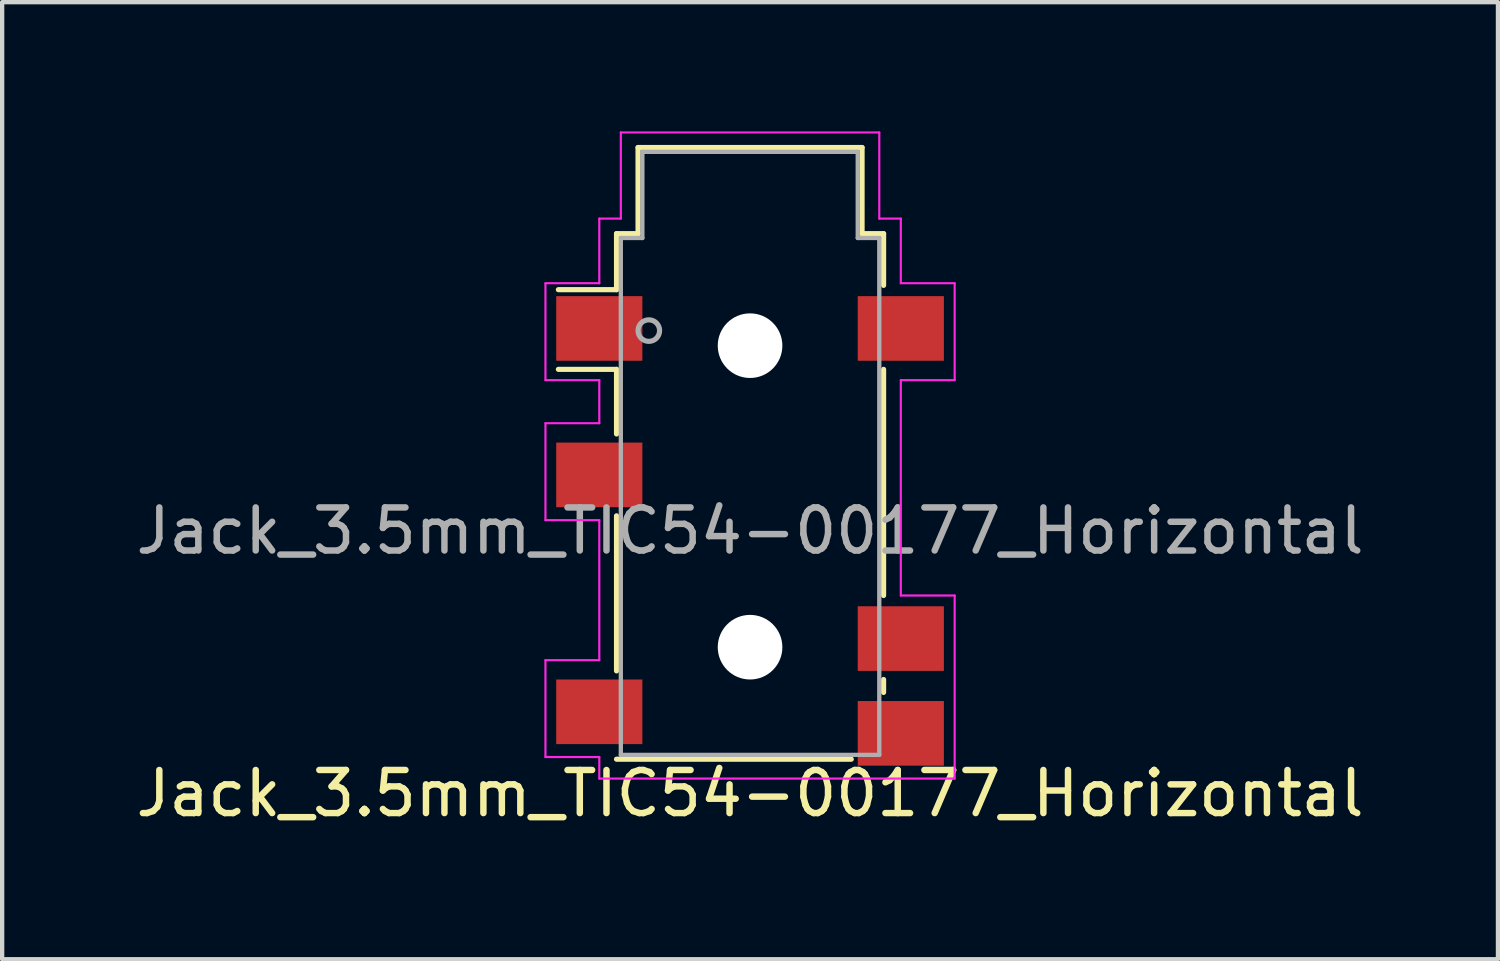
<source format=kicad_pcb>
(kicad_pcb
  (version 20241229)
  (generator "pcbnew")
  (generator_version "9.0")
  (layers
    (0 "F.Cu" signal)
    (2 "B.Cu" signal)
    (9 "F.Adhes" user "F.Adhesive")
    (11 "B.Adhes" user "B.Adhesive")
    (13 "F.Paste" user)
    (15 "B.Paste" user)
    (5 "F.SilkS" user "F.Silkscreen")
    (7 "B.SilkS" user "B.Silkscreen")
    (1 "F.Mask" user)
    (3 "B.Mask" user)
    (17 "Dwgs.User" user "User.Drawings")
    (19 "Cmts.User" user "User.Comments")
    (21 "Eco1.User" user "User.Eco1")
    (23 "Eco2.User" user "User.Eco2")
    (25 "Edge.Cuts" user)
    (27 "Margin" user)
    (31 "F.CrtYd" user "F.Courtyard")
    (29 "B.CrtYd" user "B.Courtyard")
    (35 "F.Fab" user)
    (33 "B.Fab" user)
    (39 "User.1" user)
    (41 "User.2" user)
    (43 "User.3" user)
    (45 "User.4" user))
  (footprint "Jack_3.5mm_TIC54-00177_Horizontal"
    (layer "F.Cu")
    (at 14.363 9.275)
    (property "Reference" "Jack_3.5mm_TIC54-00177_Horizontal" (at 0 6.096 180) (layer "F.SilkS") (effects (font (size 1 1) (thickness 0.15))))
    (attr smd)
    (fp_line (start -3.1 -6.9) (end -2.6 -6.9) (stroke (width 0.12) (type solid)) (layer "F.SilkS"))
    (fp_line (start -3.1 -5.6) (end -4.45 -5.6) (stroke (width 0.12) (type solid)) (layer "F.SilkS"))
    (fp_line (start -3.1 -5.6) (end -3.1 -6.9) (stroke (width 0.12) (type solid)) (layer "F.SilkS"))
    (fp_line (start -3.1 -3.75) (end -4.45 -3.75) (stroke (width 0.12) (type solid)) (layer "F.SilkS"))
    (fp_line (start -3.1 -2.25) (end -3.1 -3.75) (stroke (width 0.12) (type solid)) (layer "F.SilkS"))
    (fp_line (start -3.1 3.25) (end -3.1 -0.35) (stroke (width 0.12) (type solid)) (layer "F.SilkS"))
    (fp_line (start -2.6 -8.9) (end 2.6 -8.9) (stroke (width 0.12) (type solid)) (layer "F.SilkS"))
    (fp_line (start -2.6 -6.9) (end -2.6 -8.9) (stroke (width 0.12) (type solid)) (layer "F.SilkS"))
    (fp_line (start 2.35 5.3) (end -3.1 5.3) (stroke (width 0.12) (type solid)) (layer "F.SilkS"))
    (fp_line (start 2.6 -8.9) (end 2.6 -6.9) (stroke (width 0.12) (type solid)) (layer "F.SilkS"))
    (fp_line (start 2.6 -6.9) (end 3.1 -6.9) (stroke (width 0.12) (type solid)) (layer "F.SilkS"))
    (fp_line (start 3.1 -6.9) (end 3.1 -5.7) (stroke (width 0.12) (type solid)) (layer "F.SilkS"))
    (fp_line (start 3.1 -3.75) (end 3.1 1.5) (stroke (width 0.12) (type solid)) (layer "F.SilkS"))
    (fp_line (start 3.1 3.45) (end 3.1 3.75) (stroke (width 0.12) (type solid)) (layer "F.SilkS"))
    (fp_line (start -4.75 -5.75) (end -3.5 -5.75) (stroke (width 0.05) (type default)) (layer "F.CrtYd"))
    (fp_line (start -4.75 -3.5) (end -4.75 -5.75) (stroke (width 0.05) (type default)) (layer "F.CrtYd"))
    (fp_line (start -4.75 -2.5) (end -3.5 -2.5) (stroke (width 0.05) (type default)) (layer "F.CrtYd"))
    (fp_line (start -4.75 -0.25) (end -4.75 -2.5) (stroke (width 0.05) (type default)) (layer "F.CrtYd"))
    (fp_line (start -4.75 3) (end -3.5 3) (stroke (width 0.05) (type default)) (layer "F.CrtYd"))
    (fp_line (start -4.75 5.25) (end -4.75 3) (stroke (width 0.05) (type default)) (layer "F.CrtYd"))
    (fp_line (start -4.75 5.25) (end -3.5 5.25) (stroke (width 0.05) (type default)) (layer "F.CrtYd"))
    (fp_line (start -3.5 -7.25) (end -3 -7.25) (stroke (width 0.05) (type default)) (layer "F.CrtYd"))
    (fp_line (start -3.5 -5.75) (end -3.5 -7.25) (stroke (width 0.05) (type default)) (layer "F.CrtYd"))
    (fp_line (start -3.5 -3.5) (end -4.75 -3.5) (stroke (width 0.05) (type default)) (layer "F.CrtYd"))
    (fp_line (start -3.5 -2.5) (end -3.5 -3.5) (stroke (width 0.05) (type default)) (layer "F.CrtYd"))
    (fp_line (start -3.5 -0.25) (end -4.75 -0.25) (stroke (width 0.05) (type default)) (layer "F.CrtYd"))
    (fp_line (start -3.5 3) (end -3.5 -0.25) (stroke (width 0.05) (type default)) (layer "F.CrtYd"))
    (fp_line (start -3.5 5.25) (end -3.5 5.75) (stroke (width 0.05) (type default)) (layer "F.CrtYd"))
    (fp_line (start -3.5 5.75) (end 4.75 5.75) (stroke (width 0.05) (type solid)) (layer "F.CrtYd"))
    (fp_line (start -3 -9.25) (end 3 -9.25) (stroke (width 0.05) (type solid)) (layer "F.CrtYd"))
    (fp_line (start -3 -7.25) (end -3 -9.25) (stroke (width 0.05) (type default)) (layer "F.CrtYd"))
    (fp_line (start 3 -7.25) (end 3 -9.25) (stroke (width 0.05) (type default)) (layer "F.CrtYd"))
    (fp_line (start 3.5 -7.25) (end 3 -7.25) (stroke (width 0.05) (type default)) (layer "F.CrtYd"))
    (fp_line (start 3.5 -5.75) (end 3.5 -7.25) (stroke (width 0.05) (type default)) (layer "F.CrtYd"))
    (fp_line (start 3.5 -3.5) (end 4.75 -3.5) (stroke (width 0.05) (type default)) (layer "F.CrtYd"))
    (fp_line (start 3.5 1.5) (end 3.5 -3.5) (stroke (width 0.05) (type default)) (layer "F.CrtYd"))
    (fp_line (start 4.75 -5.75) (end 3.5 -5.75) (stroke (width 0.05) (type default)) (layer "F.CrtYd"))
    (fp_line (start 4.75 -5.75) (end 4.75 -3.5) (stroke (width 0.05) (type default)) (layer "F.CrtYd"))
    (fp_line (start 4.75 1.5) (end 3.5 1.5) (stroke (width 0.05) (type default)) (layer "F.CrtYd"))
    (fp_line (start 4.75 5.75) (end 4.75 1.5) (stroke (width 0.05) (type solid)) (layer "F.CrtYd"))
    (fp_line (start -3 -6.8) (end -3 5.2) (stroke (width 0.1) (type solid)) (layer "F.Fab"))
    (fp_line (start -3 5.2) (end 3 5.2) (stroke (width 0.1) (type solid)) (layer "F.Fab"))
    (fp_line (start -2.5 -8.8) (end -2.5 -6.8) (stroke (width 0.1) (type solid)) (layer "F.Fab"))
    (fp_line (start -2.5 -6.8) (end -3 -6.8) (stroke (width 0.1) (type solid)) (layer "F.Fab"))
    (fp_line (start 2.5 -8.8) (end -2.5 -8.8) (stroke (width 0.1) (type solid)) (layer "F.Fab"))
    (fp_line (start 2.5 -6.8) (end 2.5 -8.8) (stroke (width 0.1) (type solid)) (layer "F.Fab"))
    (fp_line (start 3 -6.8) (end 2.5 -6.8) (stroke (width 0.1) (type solid)) (layer "F.Fab"))
    (fp_line (start 3 5.2) (end 3 -6.8) (stroke (width 0.1) (type solid)) (layer "F.Fab"))
    (fp_circle (center -2.35 -4.65) (end -2.1 -4.65) (stroke (width 0.12) (type solid)) (fill no) (layer "F.Fab"))
    (fp_text user "${REFERENCE}" (at 0 0 180) (layer "F.Fab") (effects (font (size 1 1) (thickness 0.15))))
    (pad "" np_thru_hole circle (at 0 -4.3) (size 1.5 1.5) (drill 1.5) (layers "*.Cu" "*.Mask"))
    (pad "" np_thru_hole circle (at 0 2.7) (size 1.5 1.5) (drill 1.5) (layers "*.Cu" "*.Mask"))
    (pad "NC" smd rect (at -3.5 4.2) (size 2 1.5) (layers "F.Cu" "F.Mask" "F.Paste"))
    (pad "NC" smd rect (at 3.5 4.7) (size 2 1.5) (layers "F.Cu" "F.Mask" "F.Paste"))
    (pad "R1" smd rect (at 3.5 -4.7) (size 2 1.5) (layers "F.Cu" "F.Mask" "F.Paste"))
    (pad "R2" smd rect (at -3.5 -1.3) (size 2 1.5) (layers "F.Cu" "F.Mask" "F.Paste"))
    (pad "S" smd rect (at -3.5 -4.7) (size 2 1.5) (layers "F.Cu" "F.Mask" "F.Paste"))
    (pad "T" smd rect (at 3.5 2.5) (size 2 1.5) (layers "F.Cu" "F.Mask" "F.Paste")))
  (gr_rect
    (start -3 -3)
    (end 31.726 19.219)
    (stroke (width 0.1) (type default))
    (fill no)
    (layer "Edge.Cuts")))
</source>
